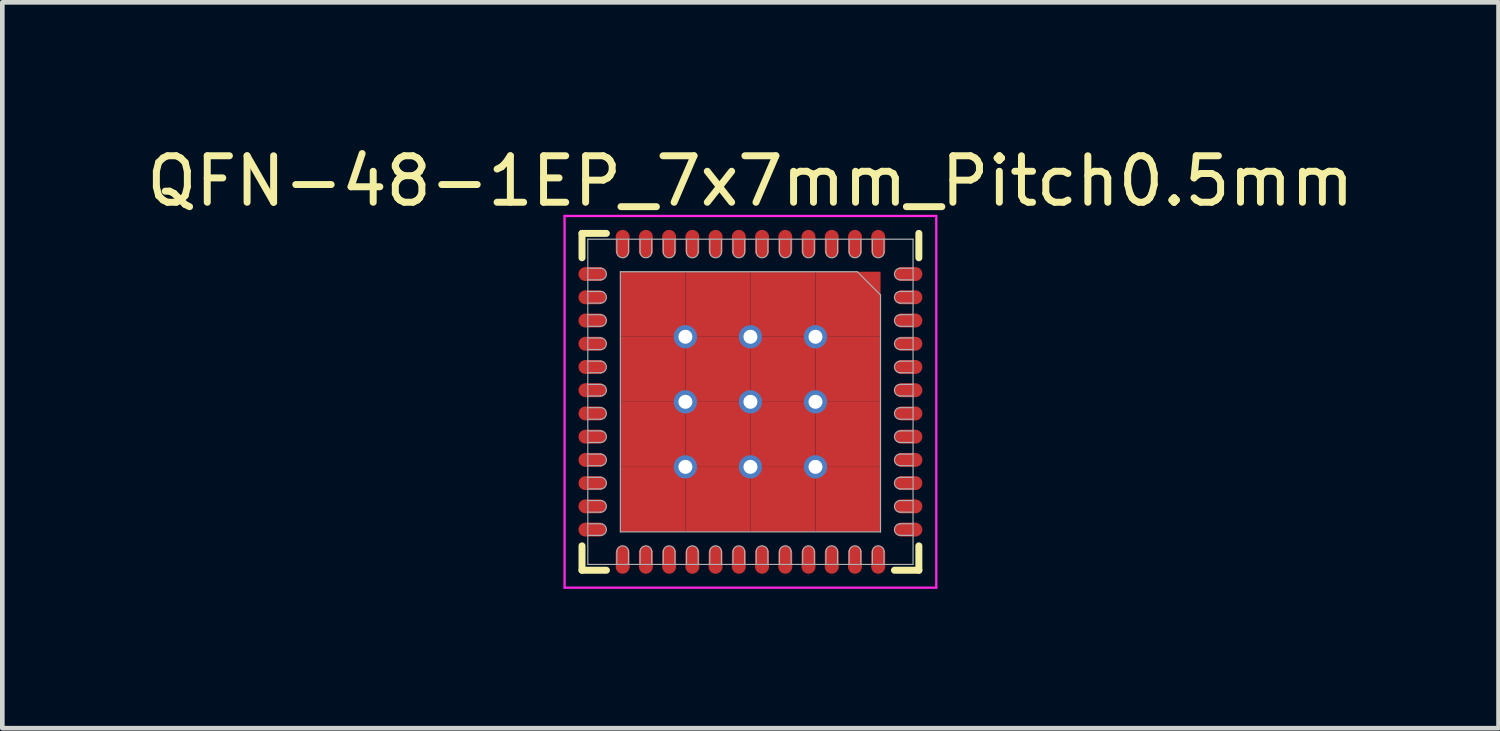
<source format=kicad_pcb>
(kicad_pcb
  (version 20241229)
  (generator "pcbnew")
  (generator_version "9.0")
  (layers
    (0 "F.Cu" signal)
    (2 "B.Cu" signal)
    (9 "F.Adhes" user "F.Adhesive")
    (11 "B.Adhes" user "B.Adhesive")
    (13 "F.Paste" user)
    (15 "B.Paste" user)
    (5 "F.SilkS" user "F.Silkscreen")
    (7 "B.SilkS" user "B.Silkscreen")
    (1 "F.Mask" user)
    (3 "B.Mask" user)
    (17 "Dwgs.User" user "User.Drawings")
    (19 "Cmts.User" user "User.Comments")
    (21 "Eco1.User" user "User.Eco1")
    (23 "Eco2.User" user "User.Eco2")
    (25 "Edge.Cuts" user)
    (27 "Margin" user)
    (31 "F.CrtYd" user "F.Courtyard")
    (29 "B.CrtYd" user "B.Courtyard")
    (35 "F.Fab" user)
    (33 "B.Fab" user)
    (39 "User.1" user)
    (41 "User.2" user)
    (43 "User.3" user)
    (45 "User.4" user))
  (footprint "QFN-48-1EP_7x7mm_Pitch0.5mm"
    (layer "F.Cu")
    (at 13.101 5.598)
    (property "Reference" "QFN-48-1EP_7x7mm_Pitch0.5mm" (at 0 -4.75 0) (layer "F.SilkS") (effects (font (size 1 1) (thickness 0.15))))
    (attr smd)
    (fp_line (start -3.625 -3.625) (end -3.625 -3.1) (stroke (width 0.15) (type solid)) (layer "F.SilkS"))
    (fp_line (start -3.625 -3.625) (end -3.1 -3.625) (stroke (width 0.15) (type solid)) (layer "F.SilkS"))
    (fp_line (start -3.625 3.625) (end -3.625 3.1) (stroke (width 0.15) (type solid)) (layer "F.SilkS"))
    (fp_line (start -3.625 3.625) (end -3.1 3.625) (stroke (width 0.15) (type solid)) (layer "F.SilkS"))
    (fp_line (start 3.625 -3.625) (end 3.625 -3.1) (stroke (width 0.15) (type solid)) (layer "F.SilkS"))
    (fp_line (start 3.625 3.625) (end 3.1 3.625) (stroke (width 0.15) (type solid)) (layer "F.SilkS"))
    (fp_line (start 3.625 3.625) (end 3.625 3.1) (stroke (width 0.15) (type solid)) (layer "F.SilkS"))
    (fp_line (start -4 -4) (end -4 4) (stroke (width 0.05) (type solid)) (layer "F.CrtYd"))
    (fp_line (start 4 -4) (end -4 -4) (stroke (width 0.05) (type solid)) (layer "F.CrtYd"))
    (fp_line (start 4 -4) (end 4 4) (stroke (width 0.05) (type solid)) (layer "F.CrtYd"))
    (fp_line (start 4 4) (end -4 4) (stroke (width 0.05) (type solid)) (layer "F.CrtYd"))
    (fp_line (start -3.5 -3.5) (end -3.5 3.5) (stroke (width 0.025) (type solid)) (layer "F.Fab"))
    (fp_line (start -3.5 -2.875) (end -3.225 -2.875) (stroke (width 0.025) (type solid)) (layer "F.Fab"))
    (fp_line (start -3.5 -2.625) (end -3.225 -2.625) (stroke (width 0.025) (type solid)) (layer "F.Fab"))
    (fp_line (start -3.5 -2.375) (end -3.225 -2.375) (stroke (width 0.025) (type solid)) (layer "F.Fab"))
    (fp_line (start -3.5 -2.125) (end -3.225 -2.125) (stroke (width 0.025) (type solid)) (layer "F.Fab"))
    (fp_line (start -3.5 -1.875) (end -3.225 -1.875) (stroke (width 0.025) (type solid)) (layer "F.Fab"))
    (fp_line (start -3.5 -1.625) (end -3.225 -1.625) (stroke (width 0.025) (type solid)) (layer "F.Fab"))
    (fp_line (start -3.5 -1.375) (end -3.225 -1.375) (stroke (width 0.025) (type solid)) (layer "F.Fab"))
    (fp_line (start -3.5 -1.125) (end -3.225 -1.125) (stroke (width 0.025) (type solid)) (layer "F.Fab"))
    (fp_line (start -3.5 -0.875) (end -3.225 -0.875) (stroke (width 0.025) (type solid)) (layer "F.Fab"))
    (fp_line (start -3.5 -0.625) (end -3.225 -0.625) (stroke (width 0.025) (type solid)) (layer "F.Fab"))
    (fp_line (start -3.5 -0.375) (end -3.225 -0.375) (stroke (width 0.025) (type solid)) (layer "F.Fab"))
    (fp_line (start -3.5 -0.125) (end -3.225 -0.125) (stroke (width 0.025) (type solid)) (layer "F.Fab"))
    (fp_line (start -3.5 0.125) (end -3.225 0.125) (stroke (width 0.025) (type solid)) (layer "F.Fab"))
    (fp_line (start -3.5 0.375) (end -3.225 0.375) (stroke (width 0.025) (type solid)) (layer "F.Fab"))
    (fp_line (start -3.5 0.625) (end -3.225 0.625) (stroke (width 0.025) (type solid)) (layer "F.Fab"))
    (fp_line (start -3.5 0.875) (end -3.225 0.875) (stroke (width 0.025) (type solid)) (layer "F.Fab"))
    (fp_line (start -3.5 1.125) (end -3.225 1.125) (stroke (width 0.025) (type solid)) (layer "F.Fab"))
    (fp_line (start -3.5 1.375) (end -3.225 1.375) (stroke (width 0.025) (type solid)) (layer "F.Fab"))
    (fp_line (start -3.5 1.625) (end -3.225 1.625) (stroke (width 0.025) (type solid)) (layer "F.Fab"))
    (fp_line (start -3.5 1.875) (end -3.225 1.875) (stroke (width 0.025) (type solid)) (layer "F.Fab"))
    (fp_line (start -3.5 2.125) (end -3.225 2.125) (stroke (width 0.025) (type solid)) (layer "F.Fab"))
    (fp_line (start -3.5 2.375) (end -3.225 2.375) (stroke (width 0.025) (type solid)) (layer "F.Fab"))
    (fp_line (start -3.5 2.625) (end -3.225 2.625) (stroke (width 0.025) (type solid)) (layer "F.Fab"))
    (fp_line (start -3.5 2.875) (end -3.225 2.875) (stroke (width 0.025) (type solid)) (layer "F.Fab"))
    (fp_line (start -3.5 3.5) (end 3.5 3.5) (stroke (width 0.025) (type solid)) (layer "F.Fab"))
    (fp_line (start -2.875 -3.5) (end -2.875 -3.225) (stroke (width 0.025) (type solid)) (layer "F.Fab"))
    (fp_line (start -2.875 3.5) (end -2.875 3.225) (stroke (width 0.025) (type solid)) (layer "F.Fab"))
    (fp_line (start -2.8 -2.8) (end 2.3 -2.8) (stroke (width 0.025) (type solid)) (layer "F.Fab"))
    (fp_line (start -2.8 2.8) (end -2.8 -2.8) (stroke (width 0.025) (type solid)) (layer "F.Fab"))
    (fp_line (start -2.625 -3.5) (end -2.625 -3.225) (stroke (width 0.025) (type solid)) (layer "F.Fab"))
    (fp_line (start -2.625 3.5) (end -2.625 3.225) (stroke (width 0.025) (type solid)) (layer "F.Fab"))
    (fp_line (start -2.375 -3.5) (end -2.375 -3.225) (stroke (width 0.025) (type solid)) (layer "F.Fab"))
    (fp_line (start -2.375 3.5) (end -2.375 3.225) (stroke (width 0.025) (type solid)) (layer "F.Fab"))
    (fp_line (start -2.125 -3.5) (end -2.125 -3.225) (stroke (width 0.025) (type solid)) (layer "F.Fab"))
    (fp_line (start -2.125 3.5) (end -2.125 3.225) (stroke (width 0.025) (type solid)) (layer "F.Fab"))
    (fp_line (start -1.875 -3.5) (end -1.875 -3.225) (stroke (width 0.025) (type solid)) (layer "F.Fab"))
    (fp_line (start -1.875 3.5) (end -1.875 3.225) (stroke (width 0.025) (type solid)) (layer "F.Fab"))
    (fp_line (start -1.625 -3.5) (end -1.625 -3.225) (stroke (width 0.025) (type solid)) (layer "F.Fab"))
    (fp_line (start -1.625 3.5) (end -1.625 3.225) (stroke (width 0.025) (type solid)) (layer "F.Fab"))
    (fp_line (start -1.375 -3.5) (end -1.375 -3.225) (stroke (width 0.025) (type solid)) (layer "F.Fab"))
    (fp_line (start -1.375 3.5) (end -1.375 3.225) (stroke (width 0.025) (type solid)) (layer "F.Fab"))
    (fp_line (start -1.125 -3.5) (end -1.125 -3.225) (stroke (width 0.025) (type solid)) (layer "F.Fab"))
    (fp_line (start -1.125 3.5) (end -1.125 3.225) (stroke (width 0.025) (type solid)) (layer "F.Fab"))
    (fp_line (start -0.875 -3.5) (end -0.875 -3.225) (stroke (width 0.025) (type solid)) (layer "F.Fab"))
    (fp_line (start -0.875 3.5) (end -0.875 3.225) (stroke (width 0.025) (type solid)) (layer "F.Fab"))
    (fp_line (start -0.625 -3.5) (end -0.625 -3.225) (stroke (width 0.025) (type solid)) (layer "F.Fab"))
    (fp_line (start -0.625 3.5) (end -0.625 3.225) (stroke (width 0.025) (type solid)) (layer "F.Fab"))
    (fp_line (start -0.375 -3.5) (end -0.375 -3.225) (stroke (width 0.025) (type solid)) (layer "F.Fab"))
    (fp_line (start -0.375 3.5) (end -0.375 3.225) (stroke (width 0.025) (type solid)) (layer "F.Fab"))
    (fp_line (start -0.125 -3.5) (end -0.125 -3.225) (stroke (width 0.025) (type solid)) (layer "F.Fab"))
    (fp_line (start -0.125 3.5) (end -0.125 3.225) (stroke (width 0.025) (type solid)) (layer "F.Fab"))
    (fp_line (start 0.125 -3.5) (end 0.125 -3.225) (stroke (width 0.025) (type solid)) (layer "F.Fab"))
    (fp_line (start 0.125 3.5) (end 0.125 3.225) (stroke (width 0.025) (type solid)) (layer "F.Fab"))
    (fp_line (start 0.375 -3.5) (end 0.375 -3.225) (stroke (width 0.025) (type solid)) (layer "F.Fab"))
    (fp_line (start 0.375 3.5) (end 0.375 3.225) (stroke (width 0.025) (type solid)) (layer "F.Fab"))
    (fp_line (start 0.625 -3.5) (end 0.625 -3.225) (stroke (width 0.025) (type solid)) (layer "F.Fab"))
    (fp_line (start 0.625 3.5) (end 0.625 3.225) (stroke (width 0.025) (type solid)) (layer "F.Fab"))
    (fp_line (start 0.875 -3.5) (end 0.875 -3.225) (stroke (width 0.025) (type solid)) (layer "F.Fab"))
    (fp_line (start 0.875 3.5) (end 0.875 3.225) (stroke (width 0.025) (type solid)) (layer "F.Fab"))
    (fp_line (start 1.125 -3.5) (end 1.125 -3.225) (stroke (width 0.025) (type solid)) (layer "F.Fab"))
    (fp_line (start 1.125 3.5) (end 1.125 3.225) (stroke (width 0.025) (type solid)) (layer "F.Fab"))
    (fp_line (start 1.375 -3.5) (end 1.375 -3.225) (stroke (width 0.025) (type solid)) (layer "F.Fab"))
    (fp_line (start 1.375 3.5) (end 1.375 3.225) (stroke (width 0.025) (type solid)) (layer "F.Fab"))
    (fp_line (start 1.625 -3.5) (end 1.625 -3.225) (stroke (width 0.025) (type solid)) (layer "F.Fab"))
    (fp_line (start 1.625 3.5) (end 1.625 3.225) (stroke (width 0.025) (type solid)) (layer "F.Fab"))
    (fp_line (start 1.875 -3.5) (end 1.875 -3.225) (stroke (width 0.025) (type solid)) (layer "F.Fab"))
    (fp_line (start 1.875 3.5) (end 1.875 3.225) (stroke (width 0.025) (type solid)) (layer "F.Fab"))
    (fp_line (start 2.125 -3.5) (end 2.125 -3.225) (stroke (width 0.025) (type solid)) (layer "F.Fab"))
    (fp_line (start 2.125 3.5) (end 2.125 3.225) (stroke (width 0.025) (type solid)) (layer "F.Fab"))
    (fp_line (start 2.3 -2.8) (end 2.8 -2.3) (stroke (width 0.025) (type solid)) (layer "F.Fab"))
    (fp_line (start 2.375 -3.5) (end 2.375 -3.225) (stroke (width 0.025) (type solid)) (layer "F.Fab"))
    (fp_line (start 2.375 3.5) (end 2.375 3.225) (stroke (width 0.025) (type solid)) (layer "F.Fab"))
    (fp_line (start 2.625 -3.5) (end 2.625 -3.225) (stroke (width 0.025) (type solid)) (layer "F.Fab"))
    (fp_line (start 2.625 3.5) (end 2.625 3.225) (stroke (width 0.025) (type solid)) (layer "F.Fab"))
    (fp_line (start 2.8 -2.3) (end 2.8 2.8) (stroke (width 0.025) (type solid)) (layer "F.Fab"))
    (fp_line (start 2.8 2.8) (end -2.8 2.8) (stroke (width 0.025) (type solid)) (layer "F.Fab"))
    (fp_line (start 2.875 -3.5) (end 2.875 -3.225) (stroke (width 0.025) (type solid)) (layer "F.Fab"))
    (fp_line (start 2.875 3.5) (end 2.875 3.225) (stroke (width 0.025) (type solid)) (layer "F.Fab"))
    (fp_line (start 3.5 -3.5) (end -3.5 -3.5) (stroke (width 0.025) (type solid)) (layer "F.Fab"))
    (fp_line (start 3.5 -2.875) (end 3.225 -2.875) (stroke (width 0.025) (type solid)) (layer "F.Fab"))
    (fp_line (start 3.5 -2.625) (end 3.225 -2.625) (stroke (width 0.025) (type solid)) (layer "F.Fab"))
    (fp_line (start 3.5 -2.375) (end 3.225 -2.375) (stroke (width 0.025) (type solid)) (layer "F.Fab"))
    (fp_line (start 3.5 -2.125) (end 3.225 -2.125) (stroke (width 0.025) (type solid)) (layer "F.Fab"))
    (fp_line (start 3.5 -1.875) (end 3.225 -1.875) (stroke (width 0.025) (type solid)) (layer "F.Fab"))
    (fp_line (start 3.5 -1.625) (end 3.225 -1.625) (stroke (width 0.025) (type solid)) (layer "F.Fab"))
    (fp_line (start 3.5 -1.375) (end 3.225 -1.375) (stroke (width 0.025) (type solid)) (layer "F.Fab"))
    (fp_line (start 3.5 -1.125) (end 3.225 -1.125) (stroke (width 0.025) (type solid)) (layer "F.Fab"))
    (fp_line (start 3.5 -0.875) (end 3.225 -0.875) (stroke (width 0.025) (type solid)) (layer "F.Fab"))
    (fp_line (start 3.5 -0.625) (end 3.225 -0.625) (stroke (width 0.025) (type solid)) (layer "F.Fab"))
    (fp_line (start 3.5 -0.375) (end 3.225 -0.375) (stroke (width 0.025) (type solid)) (layer "F.Fab"))
    (fp_line (start 3.5 -0.125) (end 3.225 -0.125) (stroke (width 0.025) (type solid)) (layer "F.Fab"))
    (fp_line (start 3.5 0.125) (end 3.225 0.125) (stroke (width 0.025) (type solid)) (layer "F.Fab"))
    (fp_line (start 3.5 0.375) (end 3.225 0.375) (stroke (width 0.025) (type solid)) (layer "F.Fab"))
    (fp_line (start 3.5 0.625) (end 3.225 0.625) (stroke (width 0.025) (type solid)) (layer "F.Fab"))
    (fp_line (start 3.5 0.875) (end 3.225 0.875) (stroke (width 0.025) (type solid)) (layer "F.Fab"))
    (fp_line (start 3.5 1.125) (end 3.225 1.125) (stroke (width 0.025) (type solid)) (layer "F.Fab"))
    (fp_line (start 3.5 1.375) (end 3.225 1.375) (stroke (width 0.025) (type solid)) (layer "F.Fab"))
    (fp_line (start 3.5 1.625) (end 3.225 1.625) (stroke (width 0.025) (type solid)) (layer "F.Fab"))
    (fp_line (start 3.5 1.875) (end 3.225 1.875) (stroke (width 0.025) (type solid)) (layer "F.Fab"))
    (fp_line (start 3.5 2.125) (end 3.225 2.125) (stroke (width 0.025) (type solid)) (layer "F.Fab"))
    (fp_line (start 3.5 2.375) (end 3.225 2.375) (stroke (width 0.025) (type solid)) (layer "F.Fab"))
    (fp_line (start 3.5 2.625) (end 3.225 2.625) (stroke (width 0.025) (type solid)) (layer "F.Fab"))
    (fp_line (start 3.5 2.875) (end 3.225 2.875) (stroke (width 0.025) (type solid)) (layer "F.Fab"))
    (fp_line (start 3.5 3.5) (end 3.5 -3.5) (stroke (width 0.025) (type solid)) (layer "F.Fab"))
    (fp_arc (start -3.225 -2.875) (mid -3.1 -2.75) (end -3.225 -2.625) (stroke (width 0.025) (type solid)) (layer "F.Fab"))
    (fp_arc (start -3.225 -2.375) (mid -3.1 -2.25) (end -3.225 -2.125) (stroke (width 0.025) (type solid)) (layer "F.Fab"))
    (fp_arc (start -3.225 -1.875) (mid -3.1 -1.75) (end -3.225 -1.625) (stroke (width 0.025) (type solid)) (layer "F.Fab"))
    (fp_arc (start -3.225 -1.375) (mid -3.1 -1.25) (end -3.225 -1.125) (stroke (width 0.025) (type solid)) (layer "F.Fab"))
    (fp_arc (start -3.225 -0.875) (mid -3.1 -0.75) (end -3.225 -0.625) (stroke (width 0.025) (type solid)) (layer "F.Fab"))
    (fp_arc (start -3.225 -0.375) (mid -3.1 -0.25) (end -3.225 -0.125) (stroke (width 0.025) (type solid)) (layer "F.Fab"))
    (fp_arc (start -3.225 0.125) (mid -3.1 0.25) (end -3.225 0.375) (stroke (width 0.025) (type solid)) (layer "F.Fab"))
    (fp_arc (start -3.225 0.625) (mid -3.1 0.75) (end -3.225 0.875) (stroke (width 0.025) (type solid)) (layer "F.Fab"))
    (fp_arc (start -3.225 1.125) (mid -3.1 1.25) (end -3.225 1.375) (stroke (width 0.025) (type solid)) (layer "F.Fab"))
    (fp_arc (start -3.225 1.625) (mid -3.1 1.75) (end -3.225 1.875) (stroke (width 0.025) (type solid)) (layer "F.Fab"))
    (fp_arc (start -3.225 2.125) (mid -3.1 2.25) (end -3.225 2.375) (stroke (width 0.025) (type solid)) (layer "F.Fab"))
    (fp_arc (start -3.225 2.625) (mid -3.1 2.75) (end -3.225 2.875) (stroke (width 0.025) (type solid)) (layer "F.Fab"))
    (fp_arc (start -2.875 3.225) (mid -2.75 3.1) (end -2.625 3.225) (stroke (width 0.025) (type solid)) (layer "F.Fab"))
    (fp_arc (start -2.625 -3.225) (mid -2.75 -3.1) (end -2.875 -3.225) (stroke (width 0.025) (type solid)) (layer "F.Fab"))
    (fp_arc (start -2.375 3.225) (mid -2.25 3.1) (end -2.125 3.225) (stroke (width 0.025) (type solid)) (layer "F.Fab"))
    (fp_arc (start -2.125 -3.225) (mid -2.25 -3.1) (end -2.375 -3.225) (stroke (width 0.025) (type solid)) (layer "F.Fab"))
    (fp_arc (start -1.875 3.225) (mid -1.75 3.1) (end -1.625 3.225) (stroke (width 0.025) (type solid)) (layer "F.Fab"))
    (fp_arc (start -1.625 -3.225) (mid -1.75 -3.1) (end -1.875 -3.225) (stroke (width 0.025) (type solid)) (layer "F.Fab"))
    (fp_arc (start -1.375 3.225) (mid -1.25 3.1) (end -1.125 3.225) (stroke (width 0.025) (type solid)) (layer "F.Fab"))
    (fp_arc (start -1.125 -3.225) (mid -1.25 -3.1) (end -1.375 -3.225) (stroke (width 0.025) (type solid)) (layer "F.Fab"))
    (fp_arc (start -0.875 3.225) (mid -0.75 3.1) (end -0.625 3.225) (stroke (width 0.025) (type solid)) (layer "F.Fab"))
    (fp_arc (start -0.625 -3.225) (mid -0.75 -3.1) (end -0.875 -3.225) (stroke (width 0.025) (type solid)) (layer "F.Fab"))
    (fp_arc (start -0.375 3.225) (mid -0.25 3.1) (end -0.125 3.225) (stroke (width 0.025) (type solid)) (layer "F.Fab"))
    (fp_arc (start -0.125 -3.225) (mid -0.25 -3.1) (end -0.375 -3.225) (stroke (width 0.025) (type solid)) (layer "F.Fab"))
    (fp_arc (start 0.125 3.225) (mid 0.25 3.1) (end 0.375 3.225) (stroke (width 0.025) (type solid)) (layer "F.Fab"))
    (fp_arc (start 0.375 -3.225) (mid 0.25 -3.1) (end 0.125 -3.225) (stroke (width 0.025) (type solid)) (layer "F.Fab"))
    (fp_arc (start 0.625 3.225) (mid 0.75 3.1) (end 0.875 3.225) (stroke (width 0.025) (type solid)) (layer "F.Fab"))
    (fp_arc (start 0.875 -3.225) (mid 0.75 -3.1) (end 0.625 -3.225) (stroke (width 0.025) (type solid)) (layer "F.Fab"))
    (fp_arc (start 1.125 3.225) (mid 1.25 3.1) (end 1.375 3.225) (stroke (width 0.025) (type solid)) (layer "F.Fab"))
    (fp_arc (start 1.375 -3.225) (mid 1.25 -3.1) (end 1.125 -3.225) (stroke (width 0.025) (type solid)) (layer "F.Fab"))
    (fp_arc (start 1.625 3.225) (mid 1.75 3.1) (end 1.875 3.225) (stroke (width 0.025) (type solid)) (layer "F.Fab"))
    (fp_arc (start 1.875 -3.225) (mid 1.75 -3.1) (end 1.625 -3.225) (stroke (width 0.025) (type solid)) (layer "F.Fab"))
    (fp_arc (start 2.125 3.225) (mid 2.25 3.1) (end 2.375 3.225) (stroke (width 0.025) (type solid)) (layer "F.Fab"))
    (fp_arc (start 2.375 -3.225) (mid 2.25 -3.1) (end 2.125 -3.225) (stroke (width 0.025) (type solid)) (layer "F.Fab"))
    (fp_arc (start 2.625 3.225) (mid 2.75 3.1) (end 2.875 3.225) (stroke (width 0.025) (type solid)) (layer "F.Fab"))
    (fp_arc (start 2.875 -3.225) (mid 2.75 -3.1) (end 2.625 -3.225) (stroke (width 0.025) (type solid)) (layer "F.Fab"))
    (fp_arc (start 3.225 -2.625) (mid 3.1 -2.75) (end 3.225 -2.875) (stroke (width 0.025) (type solid)) (layer "F.Fab"))
    (fp_arc (start 3.225 -2.125) (mid 3.1 -2.25) (end 3.225 -2.375) (stroke (width 0.025) (type solid)) (layer "F.Fab"))
    (fp_arc (start 3.225 -1.625) (mid 3.1 -1.75) (end 3.225 -1.875) (stroke (width 0.025) (type solid)) (layer "F.Fab"))
    (fp_arc (start 3.225 -1.125) (mid 3.1 -1.25) (end 3.225 -1.375) (stroke (width 0.025) (type solid)) (layer "F.Fab"))
    (fp_arc (start 3.225 -0.625) (mid 3.1 -0.75) (end 3.225 -0.875) (stroke (width 0.025) (type solid)) (layer "F.Fab"))
    (fp_arc (start 3.225 -0.125) (mid 3.1 -0.25) (end 3.225 -0.375) (stroke (width 0.025) (type solid)) (layer "F.Fab"))
    (fp_arc (start 3.225 0.375) (mid 3.1 0.25) (end 3.225 0.125) (stroke (width 0.025) (type solid)) (layer "F.Fab"))
    (fp_arc (start 3.225 0.875) (mid 3.1 0.75) (end 3.225 0.625) (stroke (width 0.025) (type solid)) (layer "F.Fab"))
    (fp_arc (start 3.225 1.375) (mid 3.1 1.25) (end 3.225 1.125) (stroke (width 0.025) (type solid)) (layer "F.Fab"))
    (fp_arc (start 3.225 1.875) (mid 3.1 1.75) (end 3.225 1.625) (stroke (width 0.025) (type solid)) (layer "F.Fab"))
    (fp_arc (start 3.225 2.375) (mid 3.1 2.25) (end 3.225 2.125) (stroke (width 0.025) (type solid)) (layer "F.Fab"))
    (fp_arc (start 3.225 2.875) (mid 3.1 2.75) (end 3.225 2.625) (stroke (width 0.025) (type solid)) (layer "F.Fab"))
    (pad "1" smd oval (at 2.75 -3.4 270) (size 0.6 0.3) (layers "F.Cu" "F.Mask" "F.Paste"))
    (pad "2" smd oval (at 2.25 -3.4 270) (size 0.6 0.3) (layers "F.Cu" "F.Mask" "F.Paste"))
    (pad "3" smd oval (at 1.75 -3.4 270) (size 0.6 0.3) (layers "F.Cu" "F.Mask" "F.Paste"))
    (pad "4" smd oval (at 1.25 -3.4 270) (size 0.6 0.3) (layers "F.Cu" "F.Mask" "F.Paste"))
    (pad "5" smd oval (at 0.75 -3.4 270) (size 0.6 0.3) (layers "F.Cu" "F.Mask" "F.Paste"))
    (pad "6" smd oval (at 0.25 -3.4 270) (size 0.6 0.3) (layers "F.Cu" "F.Mask" "F.Paste"))
    (pad "7" smd oval (at -0.25 -3.4 270) (size 0.6 0.3) (layers "F.Cu" "F.Mask" "F.Paste"))
    (pad "8" smd oval (at -0.75 -3.4 270) (size 0.6 0.3) (layers "F.Cu" "F.Mask" "F.Paste"))
    (pad "9" smd oval (at -1.25 -3.4 270) (size 0.6 0.3) (layers "F.Cu" "F.Mask" "F.Paste"))
    (pad "10" smd oval (at -1.75 -3.4 270) (size 0.6 0.3) (layers "F.Cu" "F.Mask" "F.Paste"))
    (pad "11" smd oval (at -2.25 -3.4 270) (size 0.6 0.3) (layers "F.Cu" "F.Mask" "F.Paste"))
    (pad "12" smd oval (at -2.75 -3.4 270) (size 0.6 0.3) (layers "F.Cu" "F.Mask" "F.Paste"))
    (pad "13" smd oval (at -3.4 -2.75) (size 0.6 0.3) (layers "F.Cu" "F.Mask" "F.Paste"))
    (pad "14" smd oval (at -3.4 -2.25) (size 0.6 0.3) (layers "F.Cu" "F.Mask" "F.Paste"))
    (pad "15" smd oval (at -3.4 -1.75) (size 0.6 0.3) (layers "F.Cu" "F.Mask" "F.Paste"))
    (pad "16" smd oval (at -3.4 -1.25) (size 0.6 0.3) (layers "F.Cu" "F.Mask" "F.Paste"))
    (pad "17" smd oval (at -3.4 -0.75) (size 0.6 0.3) (layers "F.Cu" "F.Mask" "F.Paste"))
    (pad "18" smd oval (at -3.4 -0.25) (size 0.6 0.3) (layers "F.Cu" "F.Mask" "F.Paste"))
    (pad "19" smd oval (at -3.4 0.25) (size 0.6 0.3) (layers "F.Cu" "F.Mask" "F.Paste"))
    (pad "20" smd oval (at -3.4 0.75) (size 0.6 0.3) (layers "F.Cu" "F.Mask" "F.Paste"))
    (pad "21" smd oval (at -3.4 1.25) (size 0.6 0.3) (layers "F.Cu" "F.Mask" "F.Paste"))
    (pad "22" smd oval (at -3.4 1.75) (size 0.6 0.3) (layers "F.Cu" "F.Mask" "F.Paste"))
    (pad "23" smd oval (at -3.4 2.25) (size 0.6 0.3) (layers "F.Cu" "F.Mask" "F.Paste"))
    (pad "24" smd oval (at -3.4 2.75) (size 0.6 0.3) (layers "F.Cu" "F.Mask" "F.Paste"))
    (pad "25" smd oval (at -2.75 3.4 270) (size 0.6 0.3) (layers "F.Cu" "F.Mask" "F.Paste"))
    (pad "26" smd oval (at -2.25 3.4 270) (size 0.6 0.3) (layers "F.Cu" "F.Mask" "F.Paste"))
    (pad "27" smd oval (at -1.75 3.4 270) (size 0.6 0.3) (layers "F.Cu" "F.Mask" "F.Paste"))
    (pad "28" smd oval (at -1.25 3.4 270) (size 0.6 0.3) (layers "F.Cu" "F.Mask" "F.Paste"))
    (pad "29" smd oval (at -0.75 3.4 270) (size 0.6 0.3) (layers "F.Cu" "F.Mask" "F.Paste"))
    (pad "30" smd oval (at -0.25 3.4 270) (size 0.6 0.3) (layers "F.Cu" "F.Mask" "F.Paste"))
    (pad "31" smd oval (at 0.25 3.4 270) (size 0.6 0.3) (layers "F.Cu" "F.Mask" "F.Paste"))
    (pad "32" smd oval (at 0.75 3.4 270) (size 0.6 0.3) (layers "F.Cu" "F.Mask" "F.Paste"))
    (pad "33" smd oval (at 1.25 3.4 270) (size 0.6 0.3) (layers "F.Cu" "F.Mask" "F.Paste"))
    (pad "34" smd oval (at 1.75 3.4 270) (size 0.6 0.3) (layers "F.Cu" "F.Mask" "F.Paste"))
    (pad "35" smd oval (at 2.25 3.4 270) (size 0.6 0.3) (layers "F.Cu" "F.Mask" "F.Paste"))
    (pad "36" smd oval (at 2.75 3.4 270) (size 0.6 0.3) (layers "F.Cu" "F.Mask" "F.Paste"))
    (pad "37" smd oval (at 3.4 2.75) (size 0.6 0.3) (layers "F.Cu" "F.Mask" "F.Paste"))
    (pad "38" smd oval (at 3.4 2.25) (size 0.6 0.3) (layers "F.Cu" "F.Mask" "F.Paste"))
    (pad "39" smd oval (at 3.4 1.75) (size 0.6 0.3) (layers "F.Cu" "F.Mask" "F.Paste"))
    (pad "40" smd oval (at 3.4 1.25) (size 0.6 0.3) (layers "F.Cu" "F.Mask" "F.Paste"))
    (pad "41" smd oval (at 3.4 0.75) (size 0.6 0.3) (layers "F.Cu" "F.Mask" "F.Paste"))
    (pad "42" smd oval (at 3.4 0.25) (size 0.6 0.3) (layers "F.Cu" "F.Mask" "F.Paste"))
    (pad "43" smd oval (at 3.4 -0.25) (size 0.6 0.3) (layers "F.Cu" "F.Mask" "F.Paste"))
    (pad "44" smd oval (at 3.4 -0.75) (size 0.6 0.3) (layers "F.Cu" "F.Mask" "F.Paste"))
    (pad "45" smd oval (at 3.4 -1.25) (size 0.6 0.3) (layers "F.Cu" "F.Mask" "F.Paste"))
    (pad "46" smd oval (at 3.4 -1.75) (size 0.6 0.3) (layers "F.Cu" "F.Mask" "F.Paste"))
    (pad "47" smd oval (at 3.4 -2.25) (size 0.6 0.3) (layers "F.Cu" "F.Mask" "F.Paste"))
    (pad "48" smd oval (at 3.4 -2.75) (size 0.6 0.3) (layers "F.Cu" "F.Mask" "F.Paste"))
    (pad "49" smd rect (at -2.1 -2.1 270) (size 1.4 1.4) (layers "F.Cu" "F.Mask" "F.Paste"))
    (pad "49" smd rect (at -2.1 -0.7 270) (size 1.4 1.4) (layers "F.Cu" "F.Mask" "F.Paste"))
    (pad "49" smd rect (at -2.1 0.7 270) (size 1.4 1.4) (layers "F.Cu" "F.Mask" "F.Paste"))
    (pad "49" smd rect (at -2.1 2.1 270) (size 1.4 1.4) (layers "F.Cu" "F.Mask" "F.Paste"))
    (pad "49" thru_hole circle (at -1.4 -1.4 270) (size 0.5 0.5) (drill 0.3) (layers "*.Cu"))
    (pad "49" thru_hole circle (at -1.4 0 270) (size 0.5 0.5) (drill 0.3) (layers "*.Cu"))
    (pad "49" thru_hole circle (at -1.4 1.4 270) (size 0.5 0.5) (drill 0.3) (layers "*.Cu"))
    (pad "49" smd rect (at -0.7 -2.1 270) (size 1.4 1.4) (layers "F.Cu" "F.Mask" "F.Paste"))
    (pad "49" smd rect (at -0.7 -0.7 270) (size 1.4 1.4) (layers "F.Cu" "F.Mask" "F.Paste"))
    (pad "49" smd rect (at -0.7 0.7 270) (size 1.4 1.4) (layers "F.Cu" "F.Mask" "F.Paste"))
    (pad "49" smd rect (at -0.7 2.1 270) (size 1.4 1.4) (layers "F.Cu" "F.Mask" "F.Paste"))
    (pad "49" thru_hole circle (at 0 -1.4 270) (size 0.5 0.5) (drill 0.3) (layers "*.Cu"))
    (pad "49" thru_hole circle (at 0 0 270) (size 0.5 0.5) (drill 0.3) (layers "*.Cu"))
    (pad "49" thru_hole circle (at 0 1.4 270) (size 0.5 0.5) (drill 0.3) (layers "*.Cu"))
    (pad "49" smd rect (at 0.7 -2.1 270) (size 1.4 1.4) (layers "F.Cu" "F.Mask" "F.Paste"))
    (pad "49" smd rect (at 0.7 -0.7 270) (size 1.4 1.4) (layers "F.Cu" "F.Mask" "F.Paste"))
    (pad "49" smd rect (at 0.7 0.7 270) (size 1.4 1.4) (layers "F.Cu" "F.Mask" "F.Paste"))
    (pad "49" smd rect (at 0.7 2.1 270) (size 1.4 1.4) (layers "F.Cu" "F.Mask" "F.Paste"))
    (pad "49" thru_hole circle (at 1.4 -1.4 270) (size 0.5 0.5) (drill 0.3) (layers "*.Cu"))
    (pad "49" thru_hole circle (at 1.4 0 270) (size 0.5 0.5) (drill 0.3) (layers "*.Cu"))
    (pad "49" thru_hole circle (at 1.4 1.4 270) (size 0.5 0.5) (drill 0.3) (layers "*.Cu"))
    (pad "49" smd rect (at 2.1 -2.1 270) (size 1.4 1.4) (layers "F.Cu" "F.Mask" "F.Paste"))
    (pad "49" smd rect (at 2.1 -0.7 270) (size 1.4 1.4) (layers "F.Cu" "F.Mask" "F.Paste"))
    (pad "49" smd rect (at 2.1 0.7 270) (size 1.4 1.4) (layers "F.Cu" "F.Mask" "F.Paste"))
    (pad "49" smd rect (at 2.1 2.1 270) (size 1.4 1.4) (layers "F.Cu" "F.Mask" "F.Paste")))
  (gr_rect
    (start -3 -3)
    (end 29.202 12.623)
    (stroke (width 0.1) (type default))
    (fill no)
    (layer "Edge.Cuts")))
</source>
